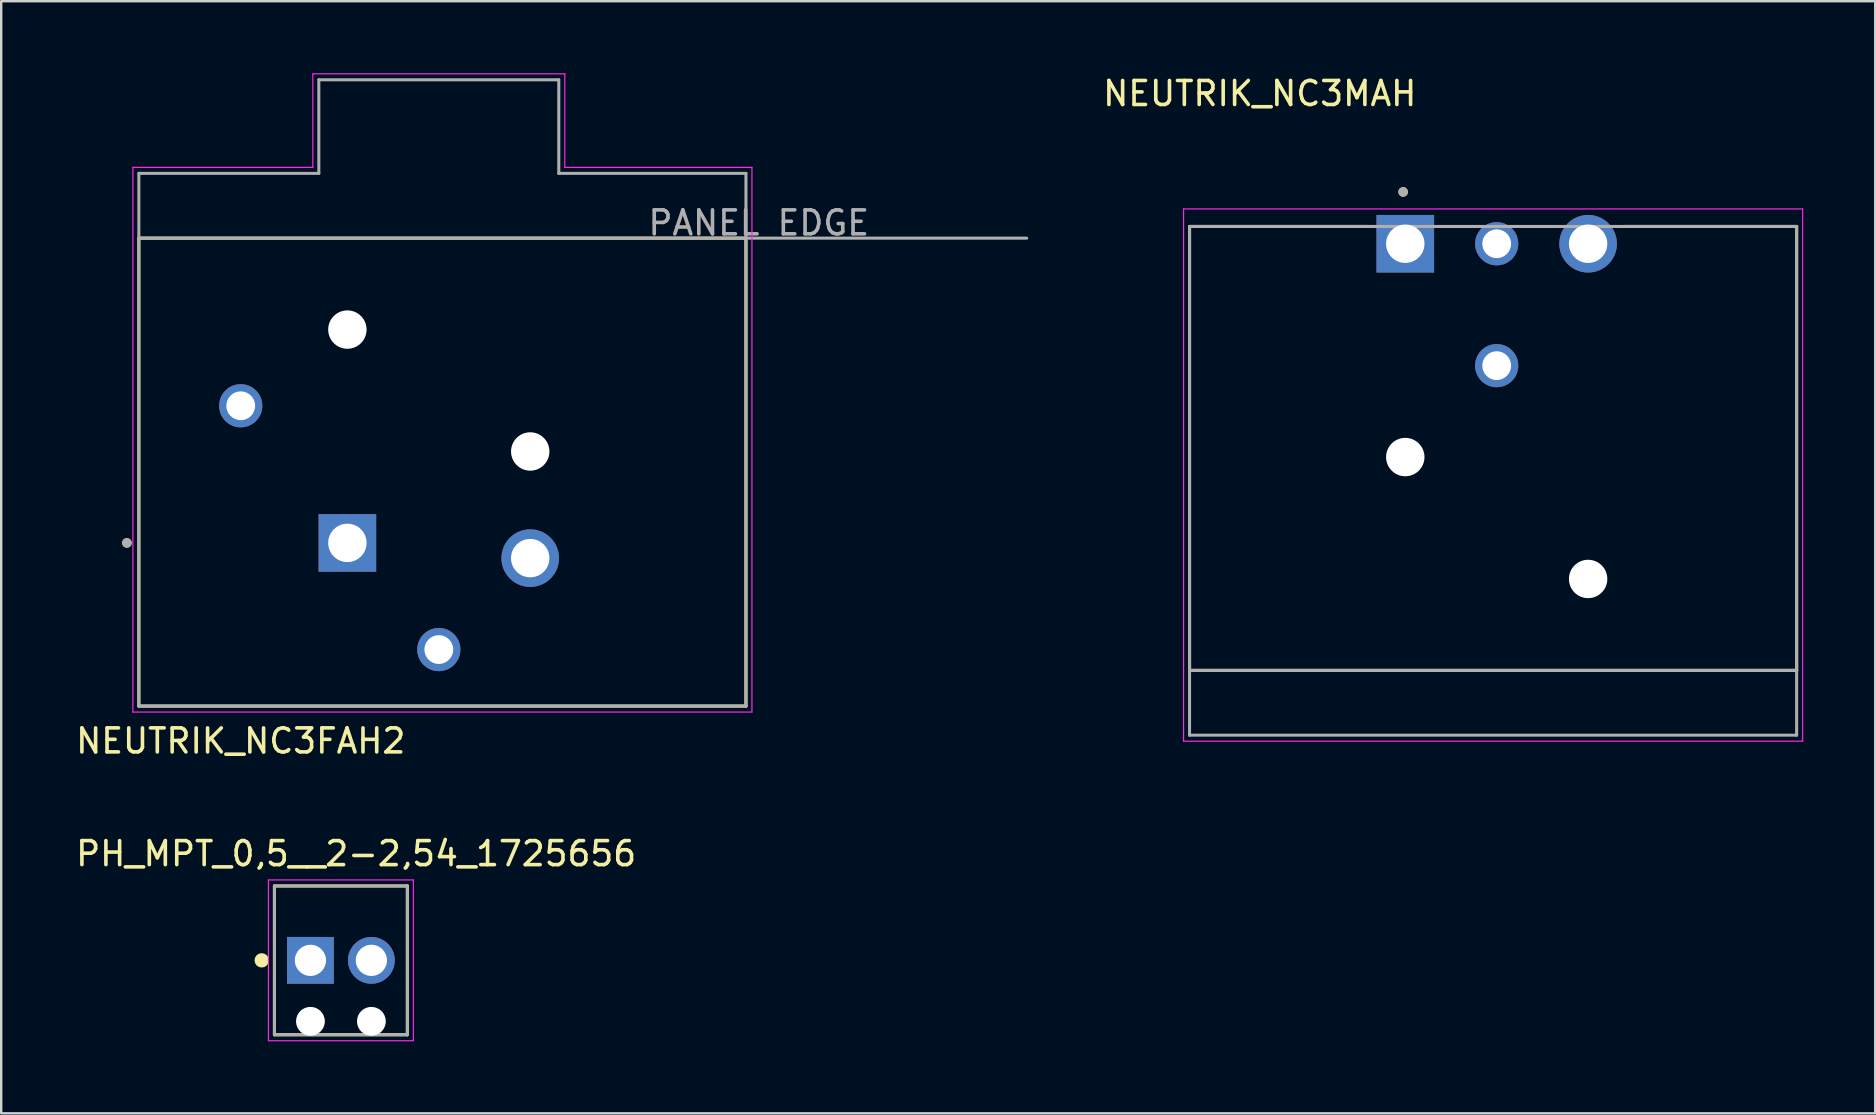
<source format=kicad_pcb>
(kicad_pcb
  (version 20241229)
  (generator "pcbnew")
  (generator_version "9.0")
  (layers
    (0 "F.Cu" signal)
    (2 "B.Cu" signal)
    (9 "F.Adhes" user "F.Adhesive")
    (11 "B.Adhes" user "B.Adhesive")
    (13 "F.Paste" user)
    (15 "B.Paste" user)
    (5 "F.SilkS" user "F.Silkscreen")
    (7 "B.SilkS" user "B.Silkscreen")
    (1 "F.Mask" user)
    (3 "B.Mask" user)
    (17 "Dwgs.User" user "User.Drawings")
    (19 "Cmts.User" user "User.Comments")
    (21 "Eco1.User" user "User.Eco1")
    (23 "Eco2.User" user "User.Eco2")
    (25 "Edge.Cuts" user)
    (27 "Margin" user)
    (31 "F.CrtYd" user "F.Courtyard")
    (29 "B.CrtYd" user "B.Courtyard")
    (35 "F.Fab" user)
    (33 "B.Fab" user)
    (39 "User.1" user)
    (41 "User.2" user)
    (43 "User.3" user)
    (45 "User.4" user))
  (footprint "PH_MPT_0,5__2-2,54_1725656"
    (layer "F.Cu")
    (at 11.157 36.972)
    (property "Reference" "PH_MPT_0,5__2-2,54_1725656" (at 0.635 -4.445 0) (layer "F.SilkS") (effects (font (size 1 1) (thickness 0.15))))
    (attr through_hole)
    (fp_line (start -2.77 -3.1) (end 2.77 -3.1) (stroke (width 0.127) (type solid)) (layer "F.SilkS"))
    (fp_line (start -2.77 3.1) (end -2.77 -3.1) (stroke (width 0.127) (type solid)) (layer "F.SilkS"))
    (fp_line (start 2.77 -3.1) (end 2.77 3.1) (stroke (width 0.127) (type solid)) (layer "F.SilkS"))
    (fp_line (start 2.77 3.1) (end -2.77 3.1) (stroke (width 0.127) (type solid)) (layer "F.SilkS"))
    (fp_circle (center -3.3 0) (end -3.15 0) (stroke (width 0.3) (type solid)) (fill no) (layer "F.SilkS"))
    (fp_line (start -3.02 -3.35) (end 3.02 -3.35) (stroke (width 0.05) (type solid)) (layer "F.CrtYd"))
    (fp_line (start -3.02 3.35) (end -3.02 -3.35) (stroke (width 0.05) (type solid)) (layer "F.CrtYd"))
    (fp_line (start 3.02 -3.35) (end 3.02 3.35) (stroke (width 0.05) (type solid)) (layer "F.CrtYd"))
    (fp_line (start 3.02 3.35) (end -3.02 3.35) (stroke (width 0.05) (type solid)) (layer "F.CrtYd"))
    (fp_line (start -2.77 -3.1) (end 2.77 -3.1) (stroke (width 0.127) (type solid)) (layer "F.Fab"))
    (fp_line (start -2.77 3.1) (end -2.77 -3.1) (stroke (width 0.127) (type solid)) (layer "F.Fab"))
    (fp_line (start 2.77 -3.1) (end 2.77 3.1) (stroke (width 0.127) (type solid)) (layer "F.Fab"))
    (fp_line (start 2.77 3.1) (end -2.77 3.1) (stroke (width 0.127) (type solid)) (layer "F.Fab"))
    (pad "" np_thru_hole circle (at -1.27 2.54) (size 1.2 1.2) (drill 1.2) (layers "*.Cu" "*.Mask"))
    (pad "" np_thru_hole circle (at 1.27 2.54) (size 1.2 1.2) (drill 1.2) (layers "*.Cu" "*.Mask"))
    (pad "1" thru_hole rect (at -1.27 0) (size 1.95 1.95) (drill 1.3) (layers "*.Cu" "*.Mask"))
    (pad "2" thru_hole circle (at 1.27 0) (size 1.95 1.95) (drill 1.3) (layers "*.Cu" "*.Mask")))
  (footprint "NEUTRIK_NC3MAH"
    (layer "F.Cu")
    (at 59.324 24.888)
    (property "Reference" "NEUTRIK_NC3MAH" (at -9.875 -24.04 0) (layer "F.SilkS") (effects (font (size 1 1) (thickness 0.15))))
    (attr through_hole)
    (fp_line (start -12.8 -18.5) (end -12.8 0) (stroke (width 0.127) (type solid)) (layer "F.SilkS"))
    (fp_line (start -12.8 -18.5) (end -5.33 -18.5) (stroke (width 0.127) (type solid)) (layer "F.SilkS"))
    (fp_line (start -12.8 0) (end 12.5 0) (stroke (width 0.127) (type solid)) (layer "F.SilkS"))
    (fp_line (start 5.33 -18.5) (end 12.5 -18.5) (stroke (width 0.127) (type solid)) (layer "F.SilkS"))
    (fp_line (start 12.5 -18.5) (end 12.5 0) (stroke (width 0.127) (type solid)) (layer "F.SilkS"))
    (fp_circle (center -3.898 -19.939) (end -3.798 -19.939) (stroke (width 0.2) (type solid)) (fill no) (layer "F.SilkS"))
    (fp_line (start -13.05 -19.23) (end -13.05 2.95) (stroke (width 0.05) (type solid)) (layer "F.CrtYd"))
    (fp_line (start -13.05 2.95) (end 12.75 2.95) (stroke (width 0.05) (type solid)) (layer "F.CrtYd"))
    (fp_line (start 12.75 -19.23) (end -13.05 -19.23) (stroke (width 0.05) (type solid)) (layer "F.CrtYd"))
    (fp_line (start 12.75 2.95) (end 12.75 -19.23) (stroke (width 0.05) (type solid)) (layer "F.CrtYd"))
    (fp_line (start -12.8 -18.5) (end -12.8 0) (stroke (width 0.127) (type solid)) (layer "F.Fab"))
    (fp_line (start -12.8 -18.5) (end 12.5 -18.5) (stroke (width 0.127) (type solid)) (layer "F.Fab"))
    (fp_line (start -12.8 0) (end -12.8 2.7) (stroke (width 0.127) (type solid)) (layer "F.Fab"))
    (fp_line (start -12.8 0) (end 12.5 0) (stroke (width 0.127) (type solid)) (layer "F.Fab"))
    (fp_line (start -12.8 2.7) (end 12.5 2.7) (stroke (width 0.127) (type solid)) (layer "F.Fab"))
    (fp_line (start 12.5 -18.5) (end 12.5 0) (stroke (width 0.127) (type solid)) (layer "F.Fab"))
    (fp_line (start 12.5 0) (end 12.5 2.7) (stroke (width 0.127) (type solid)) (layer "F.Fab"))
    (fp_circle (center -3.898 -19.939) (end -3.798 -19.939) (stroke (width 0.2) (type solid)) (fill no) (layer "F.Fab"))
    (pad "" np_thru_hole circle (at -3.81 -8.89) (size 1.6 1.6) (drill 1.6) (layers "*.Cu" "*.Mask"))
    (pad "" np_thru_hole circle (at 3.81 -3.81) (size 1.6 1.6) (drill 1.6) (layers "*.Cu" "*.Mask"))
    (pad "1" thru_hole rect (at -3.81 -17.78) (size 2.4 2.4) (drill 1.6) (layers "*.Cu" "*.Mask"))
    (pad "2" thru_hole circle (at 3.81 -17.78) (size 2.4 2.4) (drill 1.6) (layers "*.Cu" "*.Mask"))
    (pad "3" thru_hole circle (at 0 -17.78) (size 1.8 1.8) (drill 1.2) (layers "*.Cu" "*.Mask"))
    (pad "G" thru_hole circle (at 0 -12.7) (size 1.8 1.8) (drill 1.2) (layers "*.Cu" "*.Mask")))
  (footprint "NEUTRIK_NC3FAH2"
    (layer "F.Cu")
    (at 15.237 6.875)
    (property "Reference" "NEUTRIK_NC3FAH2" (at -8.255 20.955 0) (layer "F.SilkS") (effects (font (size 1 1) (thickness 0.15))))
    (attr through_hole)
    (fp_line (start -12.5 0) (end 12.8 0) (stroke (width 0.127) (type solid)) (layer "F.SilkS"))
    (fp_line (start -12.5 19.5) (end -12.5 0) (stroke (width 0.127) (type solid)) (layer "F.SilkS"))
    (fp_line (start 12.8 0) (end 12.8 19.5) (stroke (width 0.127) (type solid)) (layer "F.SilkS"))
    (fp_line (start 12.8 19.5) (end -12.5 19.5) (stroke (width 0.127) (type solid)) (layer "F.SilkS"))
    (fp_circle (center -13 12.7) (end -12.9 12.7) (stroke (width 0.2) (type solid)) (fill no) (layer "F.SilkS"))
    (fp_line (start -12.75 -2.95) (end -5.25 -2.95) (stroke (width 0.05) (type solid)) (layer "F.CrtYd"))
    (fp_line (start -12.75 19.75) (end -12.75 -2.95) (stroke (width 0.05) (type solid)) (layer "F.CrtYd"))
    (fp_line (start -5.25 -6.85) (end 5.25 -6.85) (stroke (width 0.05) (type solid)) (layer "F.CrtYd"))
    (fp_line (start -5.25 -2.95) (end -5.25 -6.85) (stroke (width 0.05) (type solid)) (layer "F.CrtYd"))
    (fp_line (start 5.25 -6.85) (end 5.25 -2.95) (stroke (width 0.05) (type solid)) (layer "F.CrtYd"))
    (fp_line (start 5.25 -2.95) (end 13.05 -2.95) (stroke (width 0.05) (type solid)) (layer "F.CrtYd"))
    (fp_line (start 13.05 -2.95) (end 13.05 19.75) (stroke (width 0.05) (type solid)) (layer "F.CrtYd"))
    (fp_line (start 13.05 19.75) (end -12.75 19.75) (stroke (width 0.05) (type solid)) (layer "F.CrtYd"))
    (fp_line (start -12.5 -2.7) (end -12.5 0) (stroke (width 0.127) (type solid)) (layer "F.Fab"))
    (fp_line (start -12.5 0) (end -12.5 19.5) (stroke (width 0.127) (type solid)) (layer "F.Fab"))
    (fp_line (start -12.5 0) (end 24.5 0) (stroke (width 0.127) (type solid)) (layer "F.Fab"))
    (fp_line (start -12.5 19.5) (end 12.8 19.5) (stroke (width 0.127) (type solid)) (layer "F.Fab"))
    (fp_line (start -5 -6.6) (end -5 -2.7) (stroke (width 0.127) (type solid)) (layer "F.Fab"))
    (fp_line (start -5 -2.7) (end -12.5 -2.7) (stroke (width 0.127) (type solid)) (layer "F.Fab"))
    (fp_line (start 5 -6.6) (end -5 -6.6) (stroke (width 0.127) (type solid)) (layer "F.Fab"))
    (fp_line (start 5 -2.7) (end 5 -6.6) (stroke (width 0.127) (type solid)) (layer "F.Fab"))
    (fp_line (start 12.8 -2.7) (end 5 -2.7) (stroke (width 0.127) (type solid)) (layer "F.Fab"))
    (fp_line (start 12.8 19.5) (end 12.8 -2.7) (stroke (width 0.127) (type solid)) (layer "F.Fab"))
    (fp_circle (center -13 12.7) (end -12.9 12.7) (stroke (width 0.2) (type solid)) (fill no) (layer "F.Fab"))
    (fp_text user "PANEL EDGE" (at 13.335 -0.635 0) (layer "F.Fab") (effects (font (size 1 1) (thickness 0.15))))
    (pad "" np_thru_hole circle (at -3.81 3.81) (size 1.6 1.6) (drill 1.6) (layers "*.Cu" "*.Mask"))
    (pad "" np_thru_hole circle (at 3.81 8.89) (size 1.6 1.6) (drill 1.6) (layers "*.Cu" "*.Mask"))
    (pad "1" thru_hole rect (at -3.81 12.7) (size 2.4 2.4) (drill 1.6) (layers "*.Cu" "*.Mask"))
    (pad "2" thru_hole circle (at 3.81 13.335) (size 2.4 2.4) (drill 1.6) (layers "*.Cu" "*.Mask"))
    (pad "3" thru_hole circle (at 0 17.145) (size 1.8 1.8) (drill 1.2) (layers "*.Cu" "*.Mask"))
    (pad "G" thru_hole circle (at -8.255 6.985) (size 1.8 1.8) (drill 1.2) (layers "*.Cu" "*.Mask")))
  (gr_rect
    (start -3 -3)
    (end 75.099 43.347)
    (stroke (width 0.1) (type default))
    (fill no)
    (layer "Edge.Cuts")))
</source>
